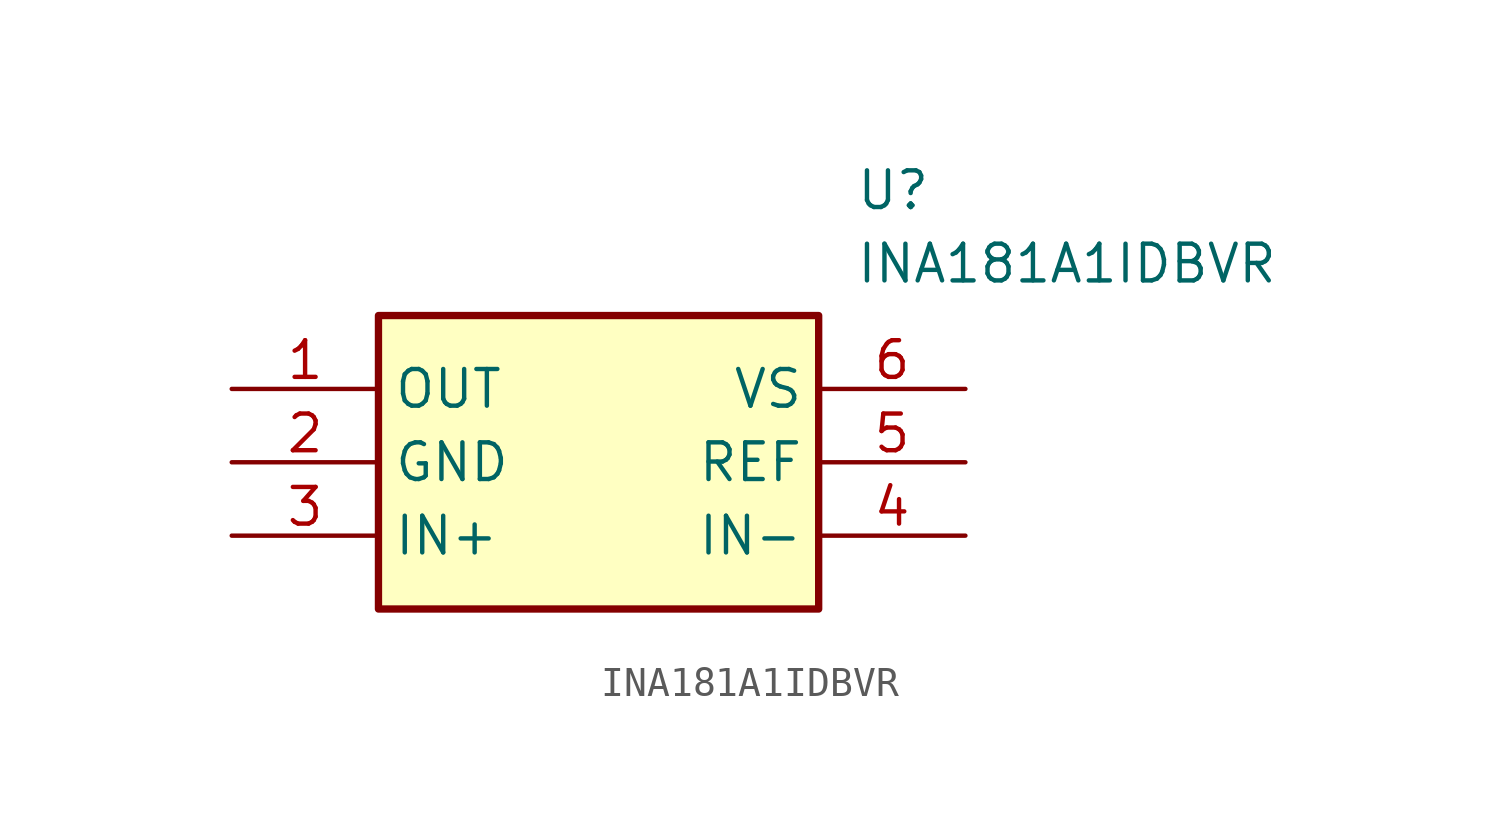
<source format=kicad_sym>
(kicad_symbol_lib
  (version 20211014)
  (generator SamacSys_ECAD_Model)
  (symbol "INA181A1IDBVR"
    (property "Reference" "U"
      (at 21.59 7.62 0)
      (effects (font (size 1.27 1.27)) (justify left top)))
    (property "Value" "INA181A1IDBVR"
      (at 21.59 5.08 0)
      (effects (font (size 1.27 1.27)) (justify left top)))
    (rectangle
      (start 5.08 2.54)
      (end 20.32 -7.62)
      (stroke (width 0.254) (type default))
      (fill (type background)))
    (pin output line
      (at 0 0 0)
      (length 5.08)
      (name "OUT" (effects (font (size 1.27 1.27))))
      (number "1" (effects (font (size 1.27 1.27)))))
    (pin power_in line
      (at 0 -2.54 0)
      (length 5.08)
      (name "GND" (effects (font (size 1.27 1.27))))
      (number "2" (effects (font (size 1.27 1.27)))))
    (pin input line
      (at 0 -5.08 0)
      (length 5.08)
      (name "IN+" (effects (font (size 1.27 1.27))))
      (number "3" (effects (font (size 1.27 1.27)))))
    (pin power_in line
      (at 25.4 0 180)
      (length 5.08)
      (name "VS" (effects (font (size 1.27 1.27))))
      (number "6" (effects (font (size 1.27 1.27)))))
    (pin input line
      (at 25.4 -2.54 180)
      (length 5.08)
      (name "REF" (effects (font (size 1.27 1.27))))
      (number "5" (effects (font (size 1.27 1.27)))))
    (pin input line
      (at 25.4 -5.08 180)
      (length 5.08)
      (name "IN-" (effects (font (size 1.27 1.27))))
      (number "4" (effects (font (size 1.27 1.27)))))))
</source>
